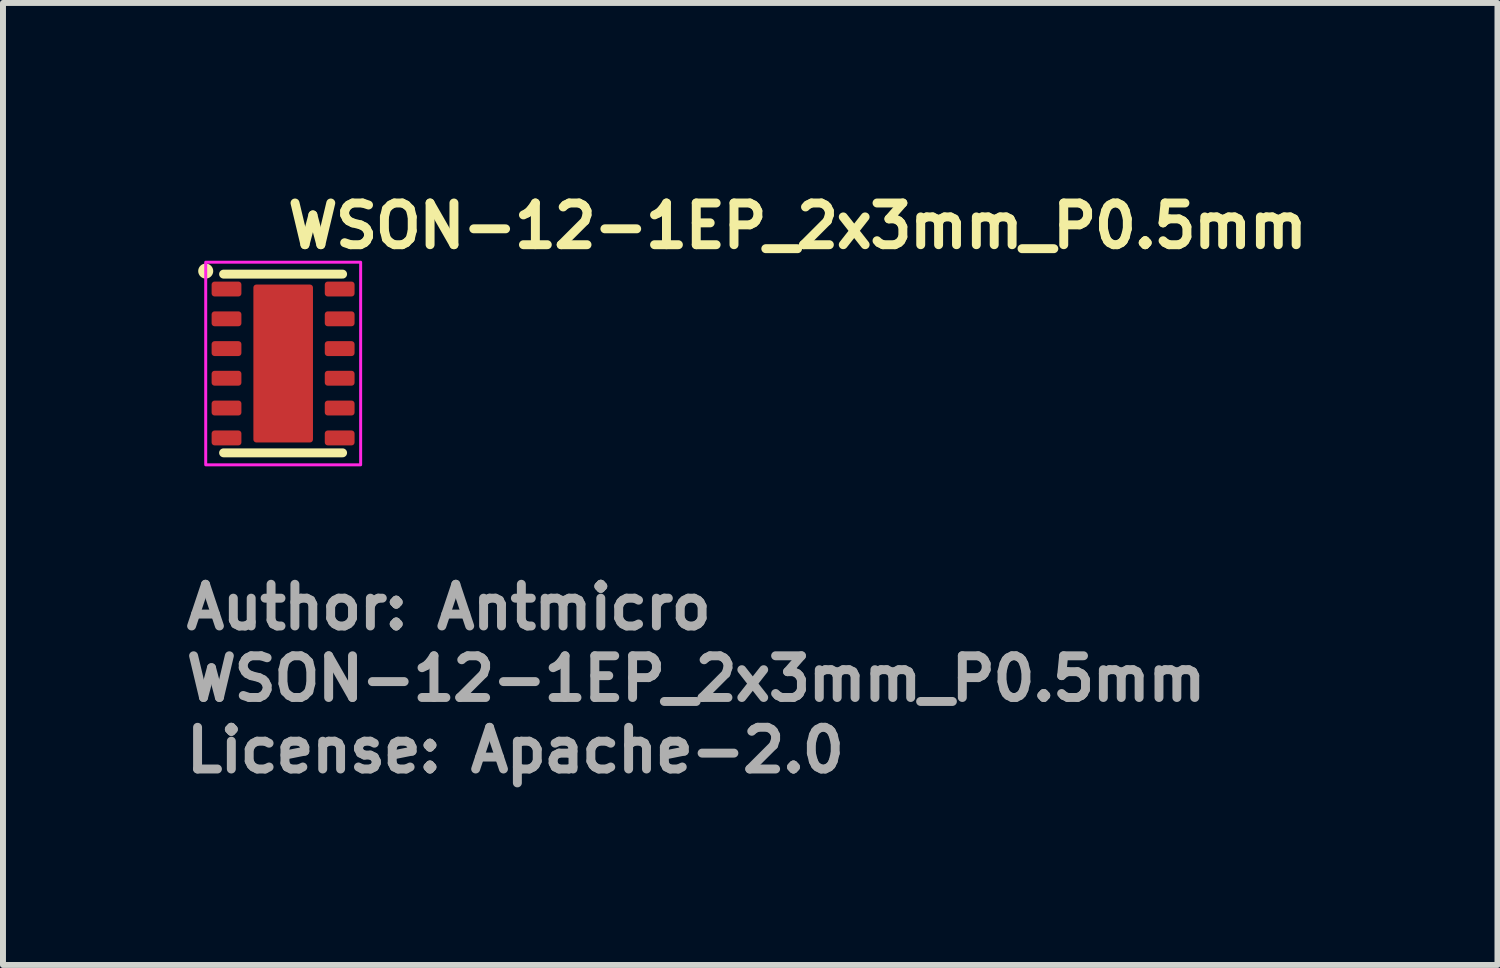
<source format=kicad_pcb>
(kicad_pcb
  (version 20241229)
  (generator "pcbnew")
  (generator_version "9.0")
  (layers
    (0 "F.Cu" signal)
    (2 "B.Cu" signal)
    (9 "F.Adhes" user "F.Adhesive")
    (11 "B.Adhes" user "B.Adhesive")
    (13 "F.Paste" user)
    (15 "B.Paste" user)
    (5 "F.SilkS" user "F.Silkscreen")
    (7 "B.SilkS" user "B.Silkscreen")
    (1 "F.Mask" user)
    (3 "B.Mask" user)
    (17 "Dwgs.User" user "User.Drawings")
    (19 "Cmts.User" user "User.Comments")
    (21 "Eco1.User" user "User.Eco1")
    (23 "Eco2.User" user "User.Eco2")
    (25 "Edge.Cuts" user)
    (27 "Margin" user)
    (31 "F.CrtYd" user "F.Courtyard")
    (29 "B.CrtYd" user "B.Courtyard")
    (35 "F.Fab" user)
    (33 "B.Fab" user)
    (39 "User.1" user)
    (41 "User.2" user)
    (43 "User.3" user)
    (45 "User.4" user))
  (footprint "WSON-12-1EP_2x3mm_P0.5mm"
    (layer "F.Cu")
    (at 1.702 3.05)
    (property "Reference" "WSON-12-1EP_2x3mm_P0.5mm" (at 0 -1.9 0) (layer "F.SilkS") (effects (font (size 0.7 0.7) (thickness 0.15)) (justify left bottom)))
    (attr smd)
    (fp_line (start -1 -1.5) (end 0.997 -1.5) (stroke (width 0.15) (type solid)) (layer "F.SilkS"))
    (fp_line (start 0.997 1.499) (end -1 1.499) (stroke (width 0.15) (type solid)) (layer "F.SilkS"))
    (fp_circle (center -1.3 -1.551) (end -1.249 -1.551) (stroke (width 0.15) (type solid)) (fill yes) (layer "F.SilkS"))
    (fp_poly (pts (xy -0.476 -1.301) (xy 0.473 -1.301) (xy 0.473 -0.125) (xy -0.476 -0.125)) (stroke (width 0.01) (type solid)) (fill yes) (layer "F.Paste"))
    (fp_poly (pts (xy 0.473 1.3) (xy -0.476 1.3) (xy -0.476 0.122) (xy 0.473 0.122)) (stroke (width 0.01) (type solid)) (fill yes) (layer "F.Paste"))
    (fp_rect (start -1.3 -1.7) (end 1.3 1.7) (stroke (width 0.05) (type solid)) (fill no) (layer "F.CrtYd"))
    (fp_rect (start -1 -1.5) (end 0.998 1.499) (stroke (width 0.1) (type solid)) (fill no) (layer "User.5"))
    (fp_line (start -1 -1.5) (end -1 1.499) (stroke (width 0.02) (type solid)) (layer "User.9"))
    (fp_line (start -1 1.499) (end 0.998 1.499) (stroke (width 0.02) (type solid)) (layer "User.9"))
    (fp_line (start 0.998 -1.5) (end -1 -1.5) (stroke (width 0.02) (type solid)) (layer "User.9"))
    (fp_line (start 0.998 1.499) (end 0.998 -1.5) (stroke (width 0.02) (type solid)) (layer "User.9"))
    (fp_text user "${REFERENCE}" (at -1.702 5.698 0) (layer "F.Fab") (effects (font (size 0.7 0.7) (thickness 0.15)) (justify left bottom)))
    (fp_text user "License: Apache-2.0" (at -1.702 6.898 0) (layer "F.Fab") (effects (font (size 0.7 0.7) (thickness 0.15)) (justify left bottom)))
    (fp_text user "Author: Antmicro" (at -1.702 4.498 0) (layer "F.Fab") (effects (font (size 0.7 0.7) (thickness 0.15)) (justify left bottom)))
    (pad "1" smd roundrect (at -0.951 -1.25) (size 0.5 0.25) (layers "F.Cu" "F.Mask" "F.Paste") (roundrect_rratio 0.2))
    (pad "2" smd roundrect (at -0.951 -0.75) (size 0.5 0.25) (layers "F.Cu" "F.Mask" "F.Paste") (roundrect_rratio 0.2))
    (pad "3" smd roundrect (at -0.951 -0.25) (size 0.5 0.25) (layers "F.Cu" "F.Mask" "F.Paste") (roundrect_rratio 0.2))
    (pad "4" smd roundrect (at -0.951 0.247) (size 0.5 0.25) (layers "F.Cu" "F.Mask" "F.Paste") (roundrect_rratio 0.2))
    (pad "5" smd roundrect (at -0.951 0.747) (size 0.5 0.25) (layers "F.Cu" "F.Mask" "F.Paste") (roundrect_rratio 0.2))
    (pad "6" smd roundrect (at -0.951 1.249) (size 0.5 0.25) (layers "F.Cu" "F.Mask" "F.Paste") (roundrect_rratio 0.2))
    (pad "7" smd roundrect (at 0.948 1.249 180) (size 0.5 0.25) (layers "F.Cu" "F.Mask" "F.Paste") (roundrect_rratio 0.2))
    (pad "8" smd roundrect (at 0.948 0.747 180) (size 0.5 0.25) (layers "F.Cu" "F.Mask" "F.Paste") (roundrect_rratio 0.2))
    (pad "9" smd roundrect (at 0.948 0.247 180) (size 0.5 0.25) (layers "F.Cu" "F.Mask" "F.Paste") (roundrect_rratio 0.2))
    (pad "10" smd roundrect (at 0.948 -0.25 180) (size 0.5 0.25) (layers "F.Cu" "F.Mask" "F.Paste") (roundrect_rratio 0.2))
    (pad "11" smd roundrect (at 0.948 -0.75 180) (size 0.5 0.25) (layers "F.Cu" "F.Mask" "F.Paste") (roundrect_rratio 0.2))
    (pad "12" smd roundrect (at 0.948 -1.25 180) (size 0.5 0.25) (layers "F.Cu" "F.Mask" "F.Paste") (roundrect_rratio 0.2))
    (pad "13" smd roundrect (at 0 0) (size 1 2.65) (layers "F.Cu" "F.Mask" "F.Paste") (roundrect_rratio 0.05)))
  (gr_rect
    (start -3 -3)
    (end 22.079 13.143)
    (stroke (width 0.1) (type default))
    (fill no)
    (layer "Edge.Cuts")))
</source>
